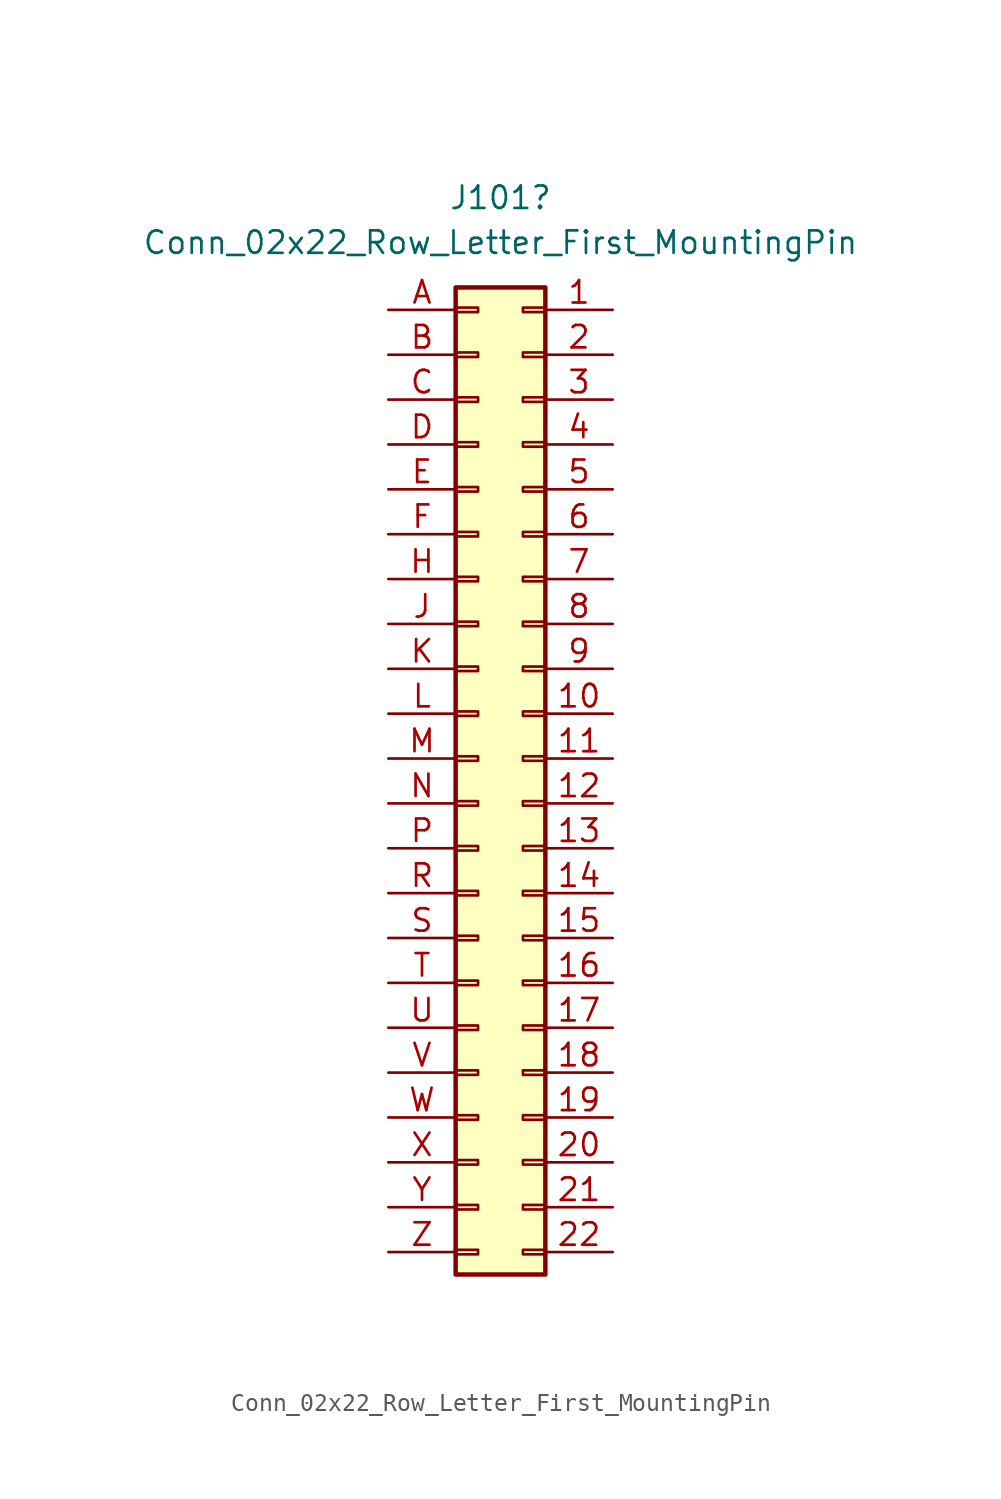
<source format=kicad_sym>
(kicad_symbol_lib
  (version 20241209)
  (generator "kicad_symbol_editor")
  (generator_version "9.0")
  (symbol "Conn_02x22_Row_Letter_First_MountingPin"
    (pin_names
      (offset 1.016)
      (hide yes))
    (property "Reference" "J101"
      (at 1.27 31.75 0)
      (effects (font (size 1.27 1.27))))
    (property "Value" "Conn_02x22_Row_Letter_First_MountingPin"
      (at 1.27 29.21 0)
      (effects (font (size 1.27 1.27))))
    (symbol "Conn_02x22_Row_Letter_First_MountingPin_1_1"
      (rectangle (start -1.27 26.67) (end 3.81 -29.21) (stroke (width 0.254) (type default)) (fill (type background)))
      (rectangle (start -1.27 25.527) (end 0 25.273) (stroke (width 0.152) (type default)) (fill (type none)))
      (rectangle (start -1.27 22.987) (end 0 22.733) (stroke (width 0.152) (type default)) (fill (type none)))
      (rectangle (start -1.27 20.447) (end 0 20.193) (stroke (width 0.152) (type default)) (fill (type none)))
      (rectangle (start -1.27 17.907) (end 0 17.653) (stroke (width 0.152) (type default)) (fill (type none)))
      (rectangle (start -1.27 15.367) (end 0 15.113) (stroke (width 0.152) (type default)) (fill (type none)))
      (rectangle (start -1.27 12.827) (end 0 12.573) (stroke (width 0.152) (type default)) (fill (type none)))
      (rectangle (start -1.27 10.287) (end 0 10.033) (stroke (width 0.152) (type default)) (fill (type none)))
      (rectangle (start -1.27 7.747) (end 0 7.493) (stroke (width 0.152) (type default)) (fill (type none)))
      (rectangle (start -1.27 5.207) (end 0 4.953) (stroke (width 0.152) (type default)) (fill (type none)))
      (rectangle (start -1.27 2.667) (end 0 2.413) (stroke (width 0.152) (type default)) (fill (type none)))
      (rectangle (start -1.27 0.127) (end 0 -0.127) (stroke (width 0.152) (type default)) (fill (type none)))
      (rectangle (start -1.27 -2.413) (end 0 -2.667) (stroke (width 0.152) (type default)) (fill (type none)))
      (rectangle (start -1.27 -4.953) (end 0 -5.207) (stroke (width 0.152) (type default)) (fill (type none)))
      (rectangle (start -1.27 -7.493) (end 0 -7.747) (stroke (width 0.152) (type default)) (fill (type none)))
      (rectangle (start -1.27 -10.033) (end 0 -10.287) (stroke (width 0.152) (type default)) (fill (type none)))
      (rectangle (start -1.27 -12.573) (end 0 -12.827) (stroke (width 0.152) (type default)) (fill (type none)))
      (rectangle (start -1.27 -15.113) (end 0 -15.367) (stroke (width 0.152) (type default)) (fill (type none)))
      (rectangle (start -1.27 -17.653) (end 0 -17.907) (stroke (width 0.152) (type default)) (fill (type none)))
      (rectangle (start -1.27 -20.193) (end 0 -20.447) (stroke (width 0.152) (type default)) (fill (type none)))
      (rectangle (start -1.27 -22.733) (end 0 -22.987) (stroke (width 0.152) (type default)) (fill (type none)))
      (rectangle (start -1.27 -25.273) (end 0 -25.527) (stroke (width 0.152) (type default)) (fill (type none)))
      (rectangle (start -1.27 -27.813) (end 0 -28.067) (stroke (width 0.152) (type default)) (fill (type none)))
      (rectangle (start 3.81 25.527) (end 2.54 25.273) (stroke (width 0.152) (type default)) (fill (type none)))
      (rectangle (start 3.81 22.987) (end 2.54 22.733) (stroke (width 0.152) (type default)) (fill (type none)))
      (rectangle (start 3.81 20.447) (end 2.54 20.193) (stroke (width 0.152) (type default)) (fill (type none)))
      (rectangle (start 3.81 17.907) (end 2.54 17.653) (stroke (width 0.152) (type default)) (fill (type none)))
      (rectangle (start 3.81 15.367) (end 2.54 15.113) (stroke (width 0.152) (type default)) (fill (type none)))
      (rectangle (start 3.81 12.827) (end 2.54 12.573) (stroke (width 0.152) (type default)) (fill (type none)))
      (rectangle (start 3.81 10.287) (end 2.54 10.033) (stroke (width 0.152) (type default)) (fill (type none)))
      (rectangle (start 3.81 7.747) (end 2.54 7.493) (stroke (width 0.152) (type default)) (fill (type none)))
      (rectangle (start 3.81 5.207) (end 2.54 4.953) (stroke (width 0.152) (type default)) (fill (type none)))
      (rectangle (start 3.81 2.667) (end 2.54 2.413) (stroke (width 0.152) (type default)) (fill (type none)))
      (rectangle (start 3.81 0.127) (end 2.54 -0.127) (stroke (width 0.152) (type default)) (fill (type none)))
      (rectangle (start 3.81 -2.413) (end 2.54 -2.667) (stroke (width 0.152) (type default)) (fill (type none)))
      (rectangle (start 3.81 -4.953) (end 2.54 -5.207) (stroke (width 0.152) (type default)) (fill (type none)))
      (rectangle (start 3.81 -7.493) (end 2.54 -7.747) (stroke (width 0.152) (type default)) (fill (type none)))
      (rectangle (start 3.81 -10.033) (end 2.54 -10.287) (stroke (width 0.152) (type default)) (fill (type none)))
      (rectangle (start 3.81 -12.573) (end 2.54 -12.827) (stroke (width 0.152) (type default)) (fill (type none)))
      (rectangle (start 3.81 -15.113) (end 2.54 -15.367) (stroke (width 0.152) (type default)) (fill (type none)))
      (rectangle (start 3.81 -17.653) (end 2.54 -17.907) (stroke (width 0.152) (type default)) (fill (type none)))
      (rectangle (start 3.81 -20.193) (end 2.54 -20.447) (stroke (width 0.152) (type default)) (fill (type none)))
      (rectangle (start 3.81 -22.733) (end 2.54 -22.987) (stroke (width 0.152) (type default)) (fill (type none)))
      (rectangle (start 3.81 -25.273) (end 2.54 -25.527) (stroke (width 0.152) (type default)) (fill (type none)))
      (rectangle (start 3.81 -27.813) (end 2.54 -28.067) (stroke (width 0.152) (type default)) (fill (type none)))
      (pin passive line (at -5.08 25.4 0) (length 3.81) (name "Pin_a1" (effects (font (size 1.27 1.27)))) (number "A" (effects (font (size 1.27 1.27)))))
      (pin passive line (at -5.08 22.86 0) (length 3.81) (name "Pin_a2" (effects (font (size 1.27 1.27)))) (number "B" (effects (font (size 1.27 1.27)))))
      (pin passive line (at -5.08 20.32 0) (length 3.81) (name "Pin_a3" (effects (font (size 1.27 1.27)))) (number "C" (effects (font (size 1.27 1.27)))))
      (pin passive line (at -5.08 17.78 0) (length 3.81) (name "Pin_a4" (effects (font (size 1.27 1.27)))) (number "D" (effects (font (size 1.27 1.27)))))
      (pin passive line (at -5.08 15.24 0) (length 3.81) (name "Pin_a5" (effects (font (size 1.27 1.27)))) (number "E" (effects (font (size 1.27 1.27)))))
      (pin passive line (at -5.08 12.7 0) (length 3.81) (name "Pin_a6" (effects (font (size 1.27 1.27)))) (number "F" (effects (font (size 1.27 1.27)))))
      (pin passive line (at -5.08 10.16 0) (length 3.81) (name "Pin_a7" (effects (font (size 1.27 1.27)))) (number "H" (effects (font (size 1.27 1.27)))))
      (pin passive line (at -5.08 7.62 0) (length 3.81) (name "Pin_a8" (effects (font (size 1.27 1.27)))) (number "J" (effects (font (size 1.27 1.27)))))
      (pin passive line (at -5.08 5.08 0) (length 3.81) (name "Pin_a9" (effects (font (size 1.27 1.27)))) (number "K" (effects (font (size 1.27 1.27)))))
      (pin passive line (at -5.08 2.54 0) (length 3.81) (name "Pin_a10" (effects (font (size 1.27 1.27)))) (number "L" (effects (font (size 1.27 1.27)))))
      (pin passive line (at -5.08 0 0) (length 3.81) (name "Pin_a11" (effects (font (size 1.27 1.27)))) (number "M" (effects (font (size 1.27 1.27)))))
      (pin passive line (at -5.08 -2.54 0) (length 3.81) (name "Pin_a12" (effects (font (size 1.27 1.27)))) (number "N" (effects (font (size 1.27 1.27)))))
      (pin passive line (at -5.08 -5.08 0) (length 3.81) (name "Pin_a13" (effects (font (size 1.27 1.27)))) (number "P" (effects (font (size 1.27 1.27)))))
      (pin passive line (at -5.08 -7.62 0) (length 3.81) (name "Pin_a14" (effects (font (size 1.27 1.27)))) (number "R" (effects (font (size 1.27 1.27)))))
      (pin passive line (at -5.08 -10.16 0) (length 3.81) (name "Pin_a15" (effects (font (size 1.27 1.27)))) (number "S" (effects (font (size 1.27 1.27)))))
      (pin passive line (at -5.08 -12.7 0) (length 3.81) (name "Pin_a16" (effects (font (size 1.27 1.27)))) (number "T" (effects (font (size 1.27 1.27)))))
      (pin passive line (at -5.08 -15.24 0) (length 3.81) (name "Pin_a17" (effects (font (size 1.27 1.27)))) (number "U" (effects (font (size 1.27 1.27)))))
      (pin passive line (at -5.08 -17.78 0) (length 3.81) (name "Pin_a18" (effects (font (size 1.27 1.27)))) (number "V" (effects (font (size 1.27 1.27)))))
      (pin passive line (at -5.08 -20.32 0) (length 3.81) (name "Pin_a19" (effects (font (size 1.27 1.27)))) (number "W" (effects (font (size 1.27 1.27)))))
      (pin passive line (at -5.08 -22.86 0) (length 3.81) (name "Pin_a20" (effects (font (size 1.27 1.27)))) (number "X" (effects (font (size 1.27 1.27)))))
      (pin passive line (at -5.08 -25.4 0) (length 3.81) (name "Pin_a21" (effects (font (size 1.27 1.27)))) (number "Y" (effects (font (size 1.27 1.27)))))
      (pin passive line (at -5.08 -27.94 0) (length 3.81) (name "Pin_a22" (effects (font (size 1.27 1.27)))) (number "Z" (effects (font (size 1.27 1.27)))))
      (pin passive line (at 7.62 25.4 180) (length 3.81) (name "Pin_b1" (effects (font (size 1.27 1.27)))) (number "1" (effects (font (size 1.27 1.27)))))
      (pin passive line (at 7.62 22.86 180) (length 3.81) (name "Pin_b2" (effects (font (size 1.27 1.27)))) (number "2" (effects (font (size 1.27 1.27)))))
      (pin passive line (at 7.62 20.32 180) (length 3.81) (name "Pin_b3" (effects (font (size 1.27 1.27)))) (number "3" (effects (font (size 1.27 1.27)))))
      (pin passive line (at 7.62 17.78 180) (length 3.81) (name "Pin_b4" (effects (font (size 1.27 1.27)))) (number "4" (effects (font (size 1.27 1.27)))))
      (pin passive line (at 7.62 15.24 180) (length 3.81) (name "Pin_b5" (effects (font (size 1.27 1.27)))) (number "5" (effects (font (size 1.27 1.27)))))
      (pin passive line (at 7.62 12.7 180) (length 3.81) (name "Pin_b6" (effects (font (size 1.27 1.27)))) (number "6" (effects (font (size 1.27 1.27)))))
      (pin passive line (at 7.62 10.16 180) (length 3.81) (name "Pin_b7" (effects (font (size 1.27 1.27)))) (number "7" (effects (font (size 1.27 1.27)))))
      (pin passive line (at 7.62 7.62 180) (length 3.81) (name "Pin_b8" (effects (font (size 1.27 1.27)))) (number "8" (effects (font (size 1.27 1.27)))))
      (pin passive line (at 7.62 5.08 180) (length 3.81) (name "Pin_b9" (effects (font (size 1.27 1.27)))) (number "9" (effects (font (size 1.27 1.27)))))
      (pin passive line (at 7.62 2.54 180) (length 3.81) (name "Pin_b10" (effects (font (size 1.27 1.27)))) (number "10" (effects (font (size 1.27 1.27)))))
      (pin passive line (at 7.62 0 180) (length 3.81) (name "Pin_b11" (effects (font (size 1.27 1.27)))) (number "11" (effects (font (size 1.27 1.27)))))
      (pin passive line (at 7.62 -2.54 180) (length 3.81) (name "Pin_b12" (effects (font (size 1.27 1.27)))) (number "12" (effects (font (size 1.27 1.27)))))
      (pin passive line (at 7.62 -5.08 180) (length 3.81) (name "Pin_b13" (effects (font (size 1.27 1.27)))) (number "13" (effects (font (size 1.27 1.27)))))
      (pin passive line (at 7.62 -7.62 180) (length 3.81) (name "Pin_b14" (effects (font (size 1.27 1.27)))) (number "14" (effects (font (size 1.27 1.27)))))
      (pin passive line (at 7.62 -10.16 180) (length 3.81) (name "Pin_b15" (effects (font (size 1.27 1.27)))) (number "15" (effects (font (size 1.27 1.27)))))
      (pin passive line (at 7.62 -12.7 180) (length 3.81) (name "Pin_b16" (effects (font (size 1.27 1.27)))) (number "16" (effects (font (size 1.27 1.27)))))
      (pin passive line (at 7.62 -15.24 180) (length 3.81) (name "Pin_b17" (effects (font (size 1.27 1.27)))) (number "17" (effects (font (size 1.27 1.27)))))
      (pin passive line (at 7.62 -17.78 180) (length 3.81) (name "Pin_b18" (effects (font (size 1.27 1.27)))) (number "18" (effects (font (size 1.27 1.27)))))
      (pin passive line (at 7.62 -20.32 180) (length 3.81) (name "Pin_b19" (effects (font (size 1.27 1.27)))) (number "19" (effects (font (size 1.27 1.27)))))
      (pin passive line (at 7.62 -22.86 180) (length 3.81) (name "Pin_b20" (effects (font (size 1.27 1.27)))) (number "20" (effects (font (size 1.27 1.27)))))
      (pin passive line (at 7.62 -25.4 180) (length 3.81) (name "Pin_b21" (effects (font (size 1.27 1.27)))) (number "21" (effects (font (size 1.27 1.27)))))
      (pin passive line (at 7.62 -27.94 180) (length 3.81) (name "Pin_b22" (effects (font (size 1.27 1.27)))) (number "22" (effects (font (size 1.27 1.27))))))))
</source>
